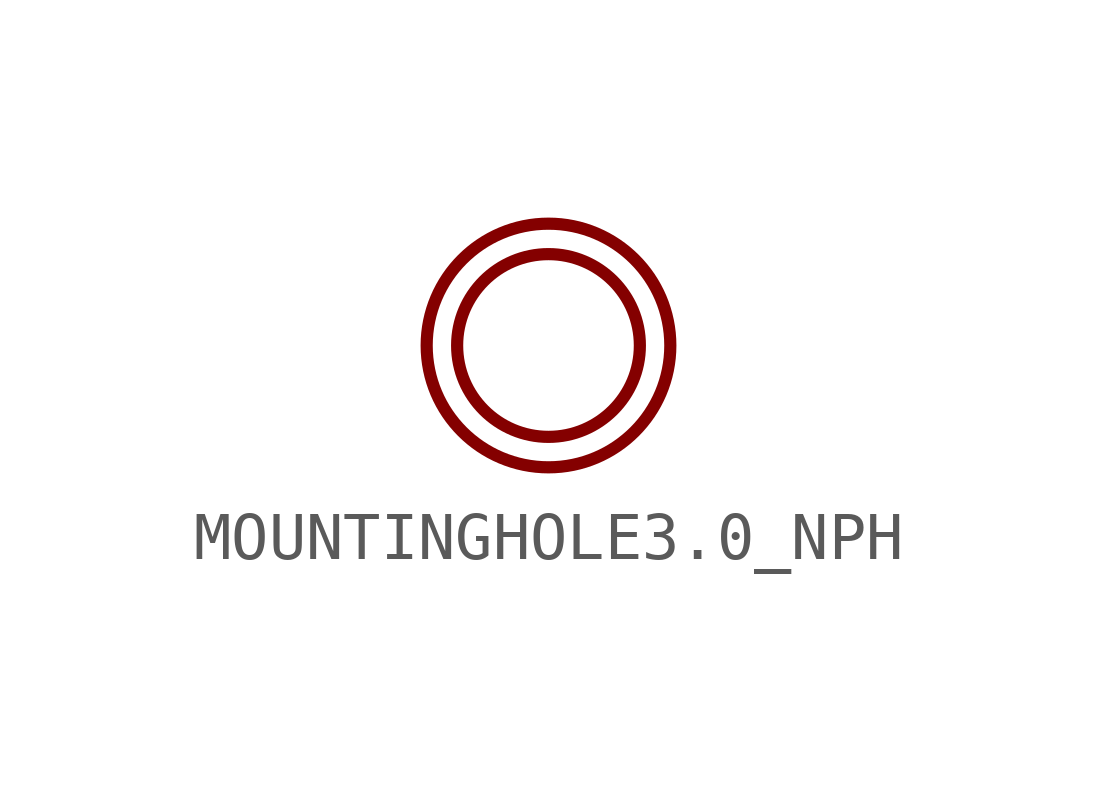
<source format=kicad_sym>
(kicad_symbol_lib
  (version 20211014)
  (generator kicad_symbol_editor)
  (symbol "MOUNTINGHOLE3.0_NPH"
    (property "Reference" ""
      (at 0 0 0)
      (effects (font (size 1.27 1.27)) hide))
    (property "ki_locked" ""
      (at 0 0 0)
      (effects (font (size 1.27 1.27))))
    (symbol "MOUNTINGHOLE3.0_NPH_1_0"
      (circle (center 0 0) (radius 1.905) (stroke (width 0.254) (type default) (color 0 0 0 0)) (fill (type none)))
      (circle (center 0 0) (radius 2.54) (stroke (width 0.254) (type default) (color 0 0 0 0)) (fill (type none))))))
</source>
